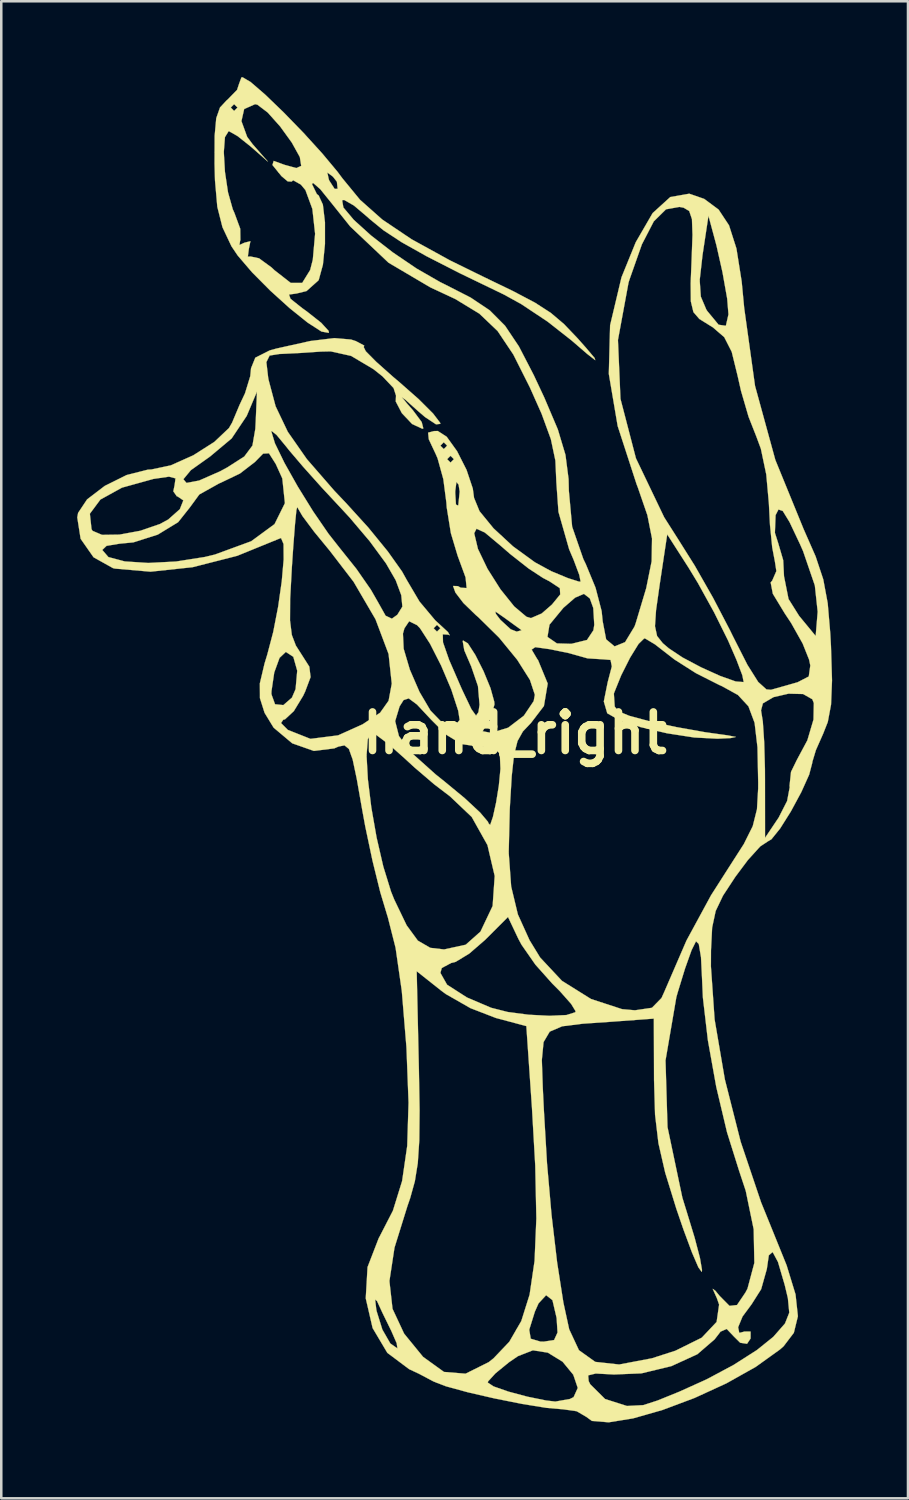
<source format=kicad_pcb>
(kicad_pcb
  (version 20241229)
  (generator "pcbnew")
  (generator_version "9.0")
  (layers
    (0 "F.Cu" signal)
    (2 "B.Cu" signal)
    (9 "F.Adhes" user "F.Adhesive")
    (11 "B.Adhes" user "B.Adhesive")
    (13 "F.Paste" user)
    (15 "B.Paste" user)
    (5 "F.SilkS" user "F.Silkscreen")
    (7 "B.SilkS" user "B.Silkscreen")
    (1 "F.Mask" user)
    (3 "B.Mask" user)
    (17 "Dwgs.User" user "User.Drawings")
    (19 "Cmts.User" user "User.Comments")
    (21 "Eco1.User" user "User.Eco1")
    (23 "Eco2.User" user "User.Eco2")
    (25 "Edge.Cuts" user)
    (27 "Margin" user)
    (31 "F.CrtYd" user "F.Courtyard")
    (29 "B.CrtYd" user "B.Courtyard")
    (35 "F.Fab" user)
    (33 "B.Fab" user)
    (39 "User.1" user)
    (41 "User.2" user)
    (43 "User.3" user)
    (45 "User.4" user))
  (footprint "hand_right"
    (layer "F.Cu")
    (at 17.303 25.934)
    (property "Reference" "hand_right" (at 0 0 0) (layer "F.SilkS") (effects (font (size 1.524 1.524) (thickness 0.3))))
    (attr through_hole)
    (fp_poly (pts (xy -10.441 -25.739) (xy -9.867 -25.243) (xy -9.14 -24.542) (xy -8.355 -23.734) (xy -7.613 -22.918) (xy -7.009 -22.194) (xy -6.818 -21.937) (xy -6.118 -21.085) (xy -5.236 -20.302) (xy -4.083 -19.526) (xy -2.569 -18.693) (xy -1.288 -18.064) (xy -0.066 -17.473) (xy 0.796 -17.019) (xy 1.425 -16.613) (xy 1.948 -16.17) (xy 2.489 -15.603) (xy 2.807 -15.244) (xy 3.156 -14.831) (xy 3.183 -14.742) (xy 2.863 -14.991) (xy 2.249 -15.521) (xy 1.298 -16.268) (xy 0.256 -16.961) (xy -0.424 -17.336) (xy -2.162 -18.176) (xy -3.485 -18.852) (xy -4.471 -19.406) (xy -5.198 -19.884) (xy -5.744 -20.33) (xy -5.811 -20.393) (xy -6.359 -20.857) (xy -6.743 -21.077) (xy -6.826 -21.069) (xy -6.776 -20.78) (xy -6.363 -20.289) (xy -5.681 -19.672) (xy -4.822 -19.005) (xy -3.881 -18.366) (xy -2.95 -17.831) (xy -2.746 -17.73) (xy -1.744 -17.218) (xy -0.989 -16.713) (xy -0.385 -16.106) (xy 0.164 -15.287) (xy 0.755 -14.145) (xy 1.168 -13.264) (xy 1.703 -12.005) (xy 2.005 -10.998) (xy 2.128 -10.042) (xy 2.139 -9.579) (xy 2.269 -8.157) (xy 2.711 -6.881) (xy 2.807 -6.684) (xy 3.194 -5.746) (xy 3.435 -4.823) (xy 3.476 -4.42) (xy 3.613 -3.704) (xy 3.948 -3.426) (xy 4.362 -3.595) (xy 4.739 -4.217) (xy 4.741 -4.225) (xy 5.544 -4.225) (xy 5.627 -3.837) (xy 5.854 -3.551) (xy 6.093 -3.348) (xy 6.637 -2.986) (xy 7.367 -2.599) (xy 8.119 -2.259) (xy 8.734 -2.04) (xy 9.05 -2.015) (xy 9.051 -2.016) (xy 8.998 -2.284) (xy 8.765 -2.898) (xy 8.434 -3.659) (xy 7.882 -4.772) (xy 7.241 -5.933) (xy 6.875 -6.535) (xy 6.028 -7.856) (xy 5.73 -5.872) (xy 5.586 -4.855) (xy 5.544 -4.225) (xy 4.741 -4.225) (xy 4.783 -4.345) (xy 5.198 -5.729) (xy 5.412 -6.789) (xy 5.427 -7.693) (xy 5.245 -8.611) (xy 4.865 -9.715) (xy 4.819 -9.833) (xy 4.069 -12.14) (xy 3.719 -14.202) (xy 3.754 -15.542) (xy 4.08 -15.542) (xy 4.18 -13.213) (xy 4.791 -10.864) (xy 5.907 -8.533) (xy 6.477 -7.636) (xy 7.117 -6.618) (xy 7.839 -5.35) (xy 8.504 -4.075) (xy 8.629 -3.82) (xy 9.198 -2.699) (xy 9.625 -2.02) (xy 9.952 -1.725) (xy 10.13 -1.71) (xy 10.734 -1.88) (xy 11.185 -2.009) (xy 11.625 -2.237) (xy 11.686 -2.671) (xy 11.639 -2.899) (xy 11.383 -3.54) (xy 10.928 -4.35) (xy 10.677 -4.728) (xy 10.204 -5.507) (xy 10.118 -5.954) (xy 10.18 -6.028) (xy 10.344 -6.404) (xy 10.286 -6.781) (xy 10.179 -7.344) (xy 10.123 -7.915) (xy 10.286 -7.915) (xy 10.417 -7.505) (xy 10.614 -6.833) (xy 10.646 -6.198) (xy 10.825 -5.3) (xy 11.243 -4.633) (xy 11.898 -3.838) (xy 11.977 -4.797) (xy 11.865 -5.836) (xy 11.4 -7.193) (xy 11.276 -7.474) (xy 10.863 -8.346) (xy 10.596 -8.781) (xy 10.427 -8.839) (xy 10.313 -8.617) (xy 10.286 -7.915) (xy 10.123 -7.915) (xy 10.091 -8.233) (xy 10.047 -9.092) (xy 9.944 -10.228) (xy 9.731 -11.241) (xy 9.553 -11.722) (xy 9.245 -12.504) (xy 8.947 -13.526) (xy 8.809 -14.135) (xy 8.578 -15.074) (xy 8.283 -15.653) (xy 7.828 -16.045) (xy 7.702 -16.121) (xy 7.298 -16.373) (xy 7.064 -16.644) (xy 6.962 -17.069) (xy 6.955 -17.784) (xy 6.96 -17.908) (xy 7.312 -17.908) (xy 7.357 -17.255) (xy 7.572 -16.748) (xy 7.61 -16.688) (xy 8.06 -16.144) (xy 8.347 -16.103) (xy 8.45 -16.552) (xy 8.399 -17.178) (xy 8.214 -18.218) (xy 7.978 -19.267) (xy 7.947 -19.384) (xy 7.659 -20.454) (xy 7.423 -18.893) (xy 7.312 -17.908) (xy 6.96 -17.908) (xy 6.99 -18.653) (xy 7.028 -19.696) (xy 7.006 -20.32) (xy 6.898 -20.64) (xy 6.679 -20.771) (xy 6.51 -20.803) (xy 5.98 -20.708) (xy 5.496 -20.23) (xy 5.026 -19.321) (xy 4.536 -17.931) (xy 4.499 -17.813) (xy 4.08 -15.542) (xy 3.754 -15.542) (xy 3.77 -16.125) (xy 4.22 -18.019) (xy 4.785 -19.408) (xy 5.452 -20.559) (xy 6.149 -21.193) (xy 6.9 -21.325) (xy 7.492 -21.119) (xy 8.059 -20.698) (xy 8.472 -20.074) (xy 8.765 -19.157) (xy 8.972 -17.854) (xy 9.072 -16.804) (xy 9.5 -13.727) (xy 10.303 -10.799) (xy 11.423 -8.059) (xy 11.897 -6.981) (xy 12.198 -6.075) (xy 12.374 -5.13) (xy 12.476 -3.933) (xy 12.503 -3.43) (xy 12.544 -2.079) (xy 12.506 -1.126) (xy 12.377 -0.439) (xy 12.196 0.02) (xy 11.907 0.673) (xy 11.767 1.137) (xy 11.764 1.174) (xy 11.641 1.643) (xy 11.329 2.336) (xy 10.918 3.098) (xy 10.494 3.772) (xy 10.147 4.202) (xy 10.015 4.278) (xy 9.705 4.483) (xy 9.219 5.019) (xy 8.722 5.684) (xy 8.233 6.43) (xy 7.944 7.035) (xy 7.804 7.691) (xy 7.759 8.588) (xy 7.756 9.227) (xy 7.902 11.325) (xy 8.307 13.694) (xy 8.933 16.161) (xy 9.739 18.554) (xy 10.131 19.518) (xy 10.749 21.045) (xy 11.102 22.197) (xy 11.195 23.058) (xy 11.035 23.713) (xy 10.628 24.248) (xy 10.485 24.374) (xy 9.526 25.062) (xy 8.366 25.713) (xy 7.104 26.292) (xy 5.842 26.765) (xy 4.679 27.097) (xy 3.715 27.253) (xy 3.05 27.198) (xy 2.828 27.037) (xy 2.446 26.814) (xy 1.923 26.74) (xy 1.256 26.682) (xy 0.293 26.526) (xy -0.801 26.308) (xy -1.86 26.064) (xy -2.719 25.829) (xy -3.105 25.68) (xy -1.069 25.68) (xy -0.836 25.834) (xy -0.256 26.037) (xy 0.494 26.238) (xy 1.235 26.389) (xy 1.604 26.433) (xy 2.181 26.33) (xy 2.327 26.257) (xy 2.491 25.894) (xy 2.323 25.397) (xy 2.903 25.397) (xy 2.922 25.623) (xy 2.985 25.749) (xy 3.572 26.332) (xy 4.436 26.607) (xy 5.08 26.574) (xy 5.643 26.392) (xy 6.508 26.041) (xy 7.5 25.593) (xy 7.62 25.536) (xy 8.646 24.988) (xy 9.575 24.395) (xy 10.216 23.879) (xy 10.24 23.854) (xy 10.685 23.345) (xy 10.854 22.918) (xy 10.799 22.344) (xy 10.675 21.824) (xy 10.407 20.912) (xy 10.196 20.52) (xy 10.045 20.651) (xy 9.967 21.19) (xy 9.742 21.99) (xy 9.365 22.585) (xy 9.006 23.07) (xy 8.831 23.495) (xy 8.877 23.719) (xy 9.091 23.662) (xy 9.325 23.665) (xy 9.324 23.94) (xy 9.184 24.148) (xy 8.913 24.107) (xy 8.662 23.858) (xy 8.38 23.561) (xy 8.137 23.667) (xy 7.901 23.974) (xy 7.22 24.561) (xy 6.194 25.031) (xy 5.009 25.317) (xy 3.924 25.362) (xy 3.202 25.324) (xy 2.903 25.397) (xy 2.323 25.397) (xy 2.316 25.374) (xy 1.891 24.857) (xy 1.31 24.5) (xy 1.304 24.498) (xy 0.717 24.406) (xy 0.127 24.636) (xy -0.227 24.878) (xy -0.764 25.317) (xy -1.053 25.633) (xy -1.069 25.68) (xy -3.105 25.68) (xy -3.208 25.64) (xy -3.786 25.334) (xy -4.176 25.152) (xy -5.038 24.506) (xy -5.62 23.526) (xy -5.881 22.397) (xy -5.521 22.397) (xy -5.477 22.773) (xy -5.461 22.859) (xy -5.235 23.586) (xy -4.919 24.137) (xy -4.639 24.331) (xy -4.669 24.125) (xy -4.887 23.626) (xy -4.903 23.595) (xy -5.228 22.931) (xy -5.446 22.459) (xy -5.521 22.397) (xy -5.881 22.397) (xy -5.892 22.35) (xy -5.852 21.668) (xy -4.956 21.668) (xy -4.833 22.766) (xy -4.374 23.748) (xy -3.625 24.665) (xy -2.798 25.261) (xy -1.945 25.33) (xy -1.03 24.874) (xy -0.841 24.724) (xy -0.216 24.068) (xy 0.059 23.592) (xy 0.572 23.592) (xy 0.632 23.948) (xy 1.011 24.06) (xy 1.149 24.063) (xy 1.555 23.999) (xy 1.691 23.703) (xy 1.655 23.127) (xy 1.49 22.422) (xy 1.24 22.227) (xy 0.94 22.551) (xy 0.795 22.877) (xy 0.572 23.592) (xy 0.059 23.592) (xy 0.258 23.249) (xy 0.587 22.205) (xy 0.783 20.873) (xy 0.854 19.194) (xy 0.81 17.105) (xy 0.68 14.817) (xy 0.55 12.926) (xy 1.071 12.926) (xy 1.108 14.019) (xy 1.152 14.918) (xy 1.275 17.009) (xy 1.455 19.057) (xy 1.676 20.936) (xy 1.923 22.519) (xy 2.152 23.575) (xy 2.538 24.402) (xy 3.182 24.863) (xy 4.128 24.967) (xy 5.421 24.722) (xy 6.35 24.423) (xy 7.393 23.907) (xy 7.981 23.284) (xy 8.08 22.598) (xy 7.994 22.351) (xy 7.826 21.974) (xy 7.93 22.049) (xy 8.103 22.258) (xy 8.491 22.649) (xy 8.787 22.615) (xy 9.12 22.123) (xy 9.202 21.968) (xy 9.473 20.952) (xy 9.447 19.621) (xy 9.133 18.1) (xy 8.869 17.303) (xy 8.393 15.786) (xy 7.968 13.995) (xy 7.636 12.147) (xy 7.439 10.46) (xy 7.404 9.689) (xy 7.364 8.864) (xy 7.276 8.342) (xy 7.166 8.234) (xy 6.992 8.583) (xy 6.734 9.306) (xy 6.442 10.257) (xy 6.389 10.444) (xy 5.961 12.943) (xy 6.04 15.581) (xy 6.627 18.371) (xy 6.803 18.941) (xy 7.112 19.953) (xy 7.323 20.758) (xy 7.404 21.233) (xy 7.392 21.305) (xy 7.26 21.125) (xy 7.006 20.535) (xy 6.671 19.632) (xy 6.388 18.807) (xy 5.948 17.382) (xy 5.681 16.218) (xy 5.547 15.085) (xy 5.508 13.752) (xy 5.507 13.733) (xy 5.499 11.291) (xy 3.886 11.41) (xy 2.684 11.493) (xy 1.873 11.595) (xy 1.382 11.806) (xy 1.139 12.219) (xy 1.071 12.926) (xy 0.55 12.926) (xy 0.458 11.587) (xy -0.748 11.265) (xy -1.75 10.878) (xy -2.723 10.322) (xy -2.915 10.18) (xy -3.795 9.482) (xy -2.941 9.482) (xy -2.676 9.951) (xy -1.89 10.455) (xy -0.936 10.862) (xy -0.279 11.029) (xy 0.545 11.137) (xy 1.373 11.18) (xy 2.042 11.15) (xy 2.389 11.041) (xy 2.406 10.999) (xy 2.23 10.711) (xy 1.782 10.205) (xy 1.481 9.903) (xy 0.816 9.157) (xy 0.268 8.37) (xy 0.144 8.139) (xy -0.267 7.272) (xy -1.176 8.181) (xy -1.8 8.721) (xy -2.338 9.047) (xy -2.513 9.091) (xy -2.885 9.289) (xy -2.941 9.482) (xy -3.795 9.482) (xy -3.877 9.418) (xy -3.79 13.307) (xy -3.763 14.914) (xy -3.775 16.106) (xy -3.834 17.002) (xy -3.95 17.722) (xy -4.134 18.384) (xy -4.24 18.691) (xy -4.755 20.346) (xy -4.956 21.668) (xy -5.852 21.668) (xy -5.821 21.117) (xy -5.376 19.965) (xy -5.357 19.935) (xy -4.817 18.884) (xy -4.454 17.713) (xy -4.252 16.323) (xy -4.199 14.614) (xy -4.28 12.487) (xy -4.285 12.397) (xy -4.467 10.193) (xy -4.712 8.491) (xy -5.023 7.265) (xy -5.039 7.219) (xy -5.317 6.294) (xy -5.625 5.046) (xy -5.913 3.683) (xy -6.032 3.033) (xy -6.246 1.817) (xy -6.409 1.045) (xy -6.466 0.887) (xy -5.86 0.887) (xy -5.808 1.826) (xy -5.671 2.946) (xy -5.462 4.135) (xy -5.198 5.278) (xy -4.893 6.265) (xy -4.767 6.579) (xy -4.275 7.602) (xy -3.832 8.207) (xy -3.341 8.492) (xy -2.796 8.556) (xy -1.938 8.369) (xy -1.356 7.851) (xy -0.875 6.838) (xy -0.793 5.65) (xy -1.009 4.731) (xy -0.239 4.731) (xy -0.142 6.067) (xy 0.123 7.171) (xy 0.585 8.191) (xy 1.003 8.875) (xy 1.866 9.797) (xy 3.016 10.516) (xy 4.243 10.917) (xy 4.752 10.962) (xy 5.424 10.863) (xy 5.803 10.475) (xy 5.915 10.227) (xy 6.791 8.201) (xy 7.762 6.412) (xy 8.451 5.334) (xy 9.057 4.389) (xy 9.41 3.68) (xy 9.577 3.013) (xy 9.624 2.195) (xy 9.625 1.958) (xy 9.597 0.565) (xy 9.483 -0.405) (xy 9.299 -0.898) (xy 9.737 -0.898) (xy 9.808 -0.456) (xy 9.863 0.37) (xy 9.892 1.426) (xy 9.894 1.827) (xy 9.896 4.144) (xy 10.435 3.342) (xy 10.769 2.686) (xy 10.872 2.139) (xy 10.864 2.089) (xy 10.923 1.535) (xy 11.146 1.078) (xy 11.569 0.288) (xy 11.812 -0.534) (xy 11.824 -1.187) (xy 11.765 -1.336) (xy 11.4 -1.543) (xy 10.825 -1.557) (xy 10.232 -1.42) (xy 9.811 -1.174) (xy 9.737 -0.898) (xy 9.299 -0.898) (xy 9.239 -1.058) (xy 8.823 -1.506) (xy 8.191 -1.855) (xy 8.082 -1.903) (xy 7.163 -2.368) (xy 6.312 -2.91) (xy 6.094 -3.08) (xy 5.543 -3.507) (xy 5.165 -3.733) (xy 5.12 -3.743) (xy 4.895 -3.524) (xy 4.56 -2.981) (xy 4.208 -2.282) (xy 3.932 -1.599) (xy 3.919 -1.557) (xy 3.952 -1.049) (xy 4.093 -0.862) (xy 4.524 -0.683) (xy 5.338 -0.463) (xy 6.388 -0.236) (xy 7.527 -0.033) (xy 8.422 0.092) (xy 8.744 0.154) (xy 8.536 0.199) (xy 8.021 0.224) (xy 7.098 0.176) (xy 6.025 0.01) (xy 4.977 -0.234) (xy 4.125 -0.516) (xy 3.657 -0.782) (xy 3.521 -1.248) (xy 3.675 -2.012) (xy 3.838 -2.635) (xy 3.787 -2.891) (xy 3.522 -2.913) (xy 2.879 -2.953) (xy 2.674 -3.011) (xy 2.135 -3.162) (xy 1.399 -3.313) (xy 1.391 -3.315) (xy 0.81 -3.396) (xy 0.668 -3.299) (xy 0.878 -2.943) (xy 0.924 -2.877) (xy 1.303 -1.957) (xy 1.153 -1.069) (xy 0.64 -0.398) (xy 0.322 -0.064) (xy 0.11 0.315) (xy -0.028 0.86) (xy -0.119 1.69) (xy -0.193 2.927) (xy -0.198 3.018) (xy -0.239 4.731) (xy -1.009 4.731) (xy -1.079 4.43) (xy -1.701 3.319) (xy -2.562 2.502) (xy -3.192 2.021) (xy -3.967 1.358) (xy -4.353 1.003) (xy -4.981 0.445) (xy -5.468 0.081) (xy -5.646 0) (xy -5.811 0.24) (xy -5.86 0.887) (xy -6.466 0.887) (xy -6.558 0.629) (xy -6.732 0.487) (xy -6.97 0.534) (xy -7.135 0.606) (xy -7.942 0.707) (xy -8.798 0.406) (xy -9.533 -0.212) (xy -9.646 -0.396) (xy -9.242 -0.396) (xy -8.973 -0.125) (xy -8.078 0.23) (xy -6.984 0.091) (xy -6.016 -0.345) (xy -5.826 -0.471) (xy -4.729 -0.471) (xy -4.579 0.121) (xy -4.061 0.798) (xy -3.129 1.634) (xy -2.785 1.909) (xy -1.984 2.571) (xy -1.374 3.138) (xy -1.059 3.51) (xy -1.038 3.567) (xy -0.973 3.634) (xy -0.863 3.315) (xy -0.738 2.75) (xy -0.63 2.083) (xy -0.569 1.455) (xy -0.566 1.404) (xy -0.591 0.815) (xy -0.832 0.578) (xy -1.439 0.535) (xy -2.104 0.435) (xy -2.709 0.066) (xy -3.305 -0.529) (xy -3.866 -1.128) (xy -4.192 -1.37) (xy -4.396 -1.304) (xy -4.554 -1.053) (xy -4.729 -0.471) (xy -5.826 -0.471) (xy -5.324 -0.804) (xy -4.988 -1.278) (xy -4.863 -1.952) (xy -4.989 -3.125) (xy -5.293 -3.933) (xy -4.421 -3.933) (xy -4.393 -3.334) (xy -4.148 -2.506) (xy -3.768 -1.63) (xy -3.333 -0.89) (xy -2.925 -0.467) (xy -2.882 -0.447) (xy -2.347 -0.307) (xy -2.179 -0.519) (xy -2.236 -0.884) (xy -2.51 -1.724) (xy -2.91 -2.666) (xy -3.349 -3.53) (xy -3.74 -4.137) (xy -3.747 -4.144) (xy -3.208 -4.144) (xy -3.075 -4.011) (xy -2.941 -4.144) (xy -3.075 -4.278) (xy -3.208 -4.144) (xy -3.747 -4.144) (xy -3.863 -4.266) (xy -4.175 -4.42) (xy -4.363 -4.14) (xy -4.421 -3.933) (xy -5.293 -3.933) (xy -5.507 -4.501) (xy -6.371 -5.979) (xy -7.31 -7.203) (xy -7.931 -7.959) (xy -8.392 -8.577) (xy -8.598 -8.93) (xy -8.6 -8.941) (xy -8.633 -8.816) (xy -8.689 -8.254) (xy -8.759 -7.354) (xy -8.813 -6.551) (xy -8.881 -5.298) (xy -8.886 -4.45) (xy -8.815 -3.879) (xy -8.655 -3.459) (xy -8.452 -3.142) (xy -8.123 -2.626) (xy -8.073 -2.213) (xy -8.287 -1.642) (xy -8.368 -1.471) (xy -8.735 -0.867) (xy -9.084 -0.543) (xy -9.153 -0.526) (xy -9.242 -0.396) (xy -9.646 -0.396) (xy -9.892 -0.8) (xy -10.076 -1.382) (xy -10.076 -1.537) (xy -9.622 -1.537) (xy -9.478 -1.139) (xy -9.15 -1.105) (xy -8.81 -1.4) (xy -8.666 -1.737) (xy -8.601 -2.466) (xy -8.756 -3.015) (xy -9.051 -3.208) (xy -9.3 -2.973) (xy -9.51 -2.394) (xy -9.618 -1.661) (xy -9.622 -1.537) (xy -10.076 -1.537) (xy -10.079 -1.963) (xy -9.892 -2.753) (xy -9.784 -3.108) (xy -9.55 -3.996) (xy -9.355 -5) (xy -9.213 -5.997) (xy -9.137 -6.864) (xy -9.142 -7.476) (xy -9.241 -7.709) (xy -9.268 -7.703) (xy -10.974 -7.008) (xy -12.737 -6.558) (xy -14.4 -6.38) (xy -15.807 -6.502) (xy -15.884 -6.52) (xy -16.654 -6.95) (xy -16.856 -7.239) (xy -16.309 -7.239) (xy -16.067 -6.958) (xy -15.42 -6.786) (xy -14.489 -6.725) (xy -13.395 -6.782) (xy -12.257 -6.961) (xy -11.855 -7.058) (xy -10.42 -7.584) (xy -9.498 -8.261) (xy -9.088 -9.089) (xy -9.191 -10.068) (xy -9.45 -10.639) (xy -9.718 -11.061) (xy -9.95 -11.048) (xy -10.275 -10.716) (xy -10.868 -10.26) (xy -11.642 -9.889) (xy -11.679 -9.876) (xy -12.472 -9.433) (xy -12.849 -8.918) (xy -13.309 -8.338) (xy -14.115 -7.846) (xy -15.077 -7.54) (xy -15.632 -7.486) (xy -16.139 -7.402) (xy -16.309 -7.239) (xy -16.856 -7.239) (xy -17.165 -7.681) (xy -17.298 -8.526) (xy -17.271 -8.672) (xy -16.8 -8.672) (xy -16.734 -8.064) (xy -16.694 -7.995) (xy -16.32 -7.836) (xy -15.629 -7.846) (xy -14.805 -7.998) (xy -14.029 -8.265) (xy -13.703 -8.442) (xy -13.243 -8.85) (xy -13.104 -9.199) (xy -13.334 -9.357) (xy -13.36 -9.358) (xy -13.5 -9.557) (xy -13.451 -9.797) (xy -13.417 -10.036) (xy -13.103 -10.036) (xy -12.979 -9.889) (xy -12.481 -9.983) (xy -11.654 -10.347) (xy -11.363 -10.505) (xy -10.694 -10.934) (xy -10.372 -11.366) (xy -10.275 -11.926) (xy -9.625 -11.926) (xy -9.483 -11.457) (xy -9.108 -10.685) (xy -8.578 -9.743) (xy -7.971 -8.763) (xy -7.363 -7.878) (xy -6.935 -7.334) (xy -6.264 -6.495) (xy -5.688 -5.666) (xy -5.414 -5.187) (xy -5.106 -4.639) (xy -4.858 -4.523) (xy -4.643 -4.676) (xy -4.444 -4.998) (xy -4.487 -5.451) (xy -4.708 -6.045) (xy -5.09 -6.707) (xy -5.735 -7.584) (xy -6.526 -8.518) (xy -6.795 -8.809) (xy -7.623 -9.698) (xy -8.375 -10.538) (xy -8.925 -11.184) (xy -9.042 -11.332) (xy -9.418 -11.787) (xy -9.616 -11.946) (xy -9.625 -11.926) (xy -10.275 -11.926) (xy -10.258 -12.025) (xy -10.243 -12.306) (xy -10.192 -13.502) (xy -10.598 -12.54) (xy -11.194 -11.649) (xy -12.045 -10.936) (xy -12.807 -10.394) (xy -13.103 -10.036) (xy -13.417 -10.036) (xy -13.413 -10.069) (xy -13.67 -10.138) (xy -14.285 -10.048) (xy -15.53 -9.703) (xy -16.384 -9.232) (xy -16.8 -8.672) (xy -17.271 -8.672) (xy -17.265 -8.705) (xy -16.909 -9.239) (xy -16.209 -9.773) (xy -15.348 -10.201) (xy -14.507 -10.414) (xy -14.368 -10.421) (xy -13.6 -10.584) (xy -12.708 -10.983) (xy -11.879 -11.511) (xy -11.301 -12.058) (xy -11.176 -12.273) (xy -10.881 -12.975) (xy -10.666 -13.432) (xy -10.458 -14.109) (xy -10.427 -14.424) (xy -10.259 -14.841) (xy -9.686 -15.13) (xy -9.425 -15.202) (xy -8.081 -15.501) (xy -7.132 -15.616) (xy -6.473 -15.559) (xy -6.283 -15.497) (xy -5.952 -15.321) (xy -5.972 -15.259) (xy -5.89 -15.095) (xy -5.474 -14.675) (xy -4.806 -14.08) (xy -4.569 -13.88) (xy -3.803 -13.206) (xy -3.231 -12.635) (xy -2.953 -12.271) (xy -2.941 -12.226) (xy -3.112 -12.206) (xy -3.545 -12.492) (xy -3.809 -12.717) (xy -4.323 -13.177) (xy -4.468 -13.284) (xy -4.271 -13.042) (xy -4.03 -12.767) (xy -3.68 -12.297) (xy -3.615 -12.045) (xy -3.655 -12.032) (xy -4.059 -12.22) (xy -4.464 -12.648) (xy -4.706 -13.111) (xy -4.695 -13.343) (xy -4.792 -13.642) (xy -5.229 -14.103) (xy -5.589 -14.389) (xy -6.469 -14.912) (xy -7.276 -15.091) (xy -7.671 -15.082) (xy -8.523 -15.025) (xy -9.245 -14.99) (xy -9.303 -14.988) (xy -9.694 -14.926) (xy -9.821 -14.666) (xy -9.75 -14.055) (xy -9.735 -13.97) (xy -9.456 -12.92) (xy -8.974 -11.91) (xy -8.222 -10.833) (xy -7.133 -9.581) (xy -6.668 -9.091) (xy -5.794 -8.129) (xy -5.02 -7.181) (xy -4.456 -6.387) (xy -4.267 -6.047) (xy -3.767 -5.2) (xy -3.142 -4.454) (xy -3.035 -4.357) (xy -2.64 -3.992) (xy -2.571 -3.865) (xy -2.635 -3.891) (xy -2.846 -3.904) (xy -2.837 -3.586) (xy -2.596 -2.894) (xy -2.112 -1.781) (xy -2.05 -1.647) (xy -1.716 -0.947) (xy -1.531 -0.688) (xy -1.437 -0.823) (xy -1.392 -1.119) (xy -1.455 -1.857) (xy -1.728 -2.654) (xy -1.742 -2.681) (xy -1.996 -3.273) (xy -2.058 -3.635) (xy -2.044 -3.66) (xy -1.854 -3.546) (xy -1.559 -3.088) (xy -1.234 -2.444) (xy -0.959 -1.775) (xy -0.81 -1.237) (xy -0.802 -1.134) (xy -0.968 -0.538) (xy -1.123 -0.321) (xy -1.27 -0.071) (xy -0.943 -0.009) (xy -0.922 -0.009) (xy -0.261 -0.212) (xy 0.36 -0.686) (xy 0.748 -1.262) (xy 0.795 -1.513) (xy 0.6 -2.102) (xy 0.095 -2.9) (xy -0.619 -3.772) (xy -0.648 -3.801) (xy 1.293 -3.801) (xy 1.667 -3.544) (xy 2.24 -3.528) (xy 2.855 -3.68) (xy 3.109 -4.062) (xy 3.144 -4.278) (xy 3.104 -4.946) (xy 2.967 -5.325) (xy 2.736 -5.503) (xy 2.387 -5.354) (xy 1.92 -4.948) (xy 1.373 -4.284) (xy 1.293 -3.801) (xy -0.648 -3.801) (xy -1.444 -4.584) (xy -1.543 -4.669) (xy -1.684 -4.806) (xy -0.765 -4.806) (xy -0.747 -4.712) (xy -0.569 -4.478) (xy -0.161 -4.103) (xy 0.077 -4.011) (xy 0.266 -4.063) (xy 0.245 -4.086) (xy -0.033 -4.286) (xy -0.401 -4.554) (xy -0.765 -4.806) (xy -1.684 -4.806) (xy -2.03 -5.141) (xy -2.348 -5.558) (xy -2.44 -5.816) (xy -2.247 -5.809) (xy -2.139 -5.748) (xy -1.903 -5.733) (xy -1.945 -6.155) (xy -2.259 -7.012) (xy -2.525 -7.901) (xy -1.604 -7.901) (xy -1.456 -7.28) (xy -1.077 -6.492) (xy -0.566 -5.685) (xy -0.02 -5.005) (xy 0.461 -4.599) (xy 0.641 -4.545) (xy 1.066 -4.728) (xy 1.472 -5.082) (xy 1.797 -5.479) (xy 1.783 -5.729) (xy 1.373 -5.999) (xy 1.113 -6.135) (xy 0.547 -6.506) (xy -0.184 -7.081) (xy -0.558 -7.406) (xy -1.183 -7.928) (xy -1.512 -8.079) (xy -1.604 -7.901) (xy -2.525 -7.901) (xy -2.526 -7.904) (xy -2.69 -8.922) (xy -2.704 -9.117) (xy -2.753 -9.492) (xy -2.354 -9.492) (xy -2.325 -9.035) (xy -2.242 -8.995) (xy -2.231 -9.019) (xy -2.178 -9.549) (xy -2.221 -9.821) (xy -2.306 -9.93) (xy -2.352 -9.575) (xy -2.354 -9.492) (xy -2.753 -9.492) (xy -2.824 -10.038) (xy -3.042 -10.828) (xy -2.674 -10.828) (xy -2.54 -10.695) (xy -2.406 -10.828) (xy -2.54 -10.962) (xy -2.674 -10.828) (xy -3.042 -10.828) (xy -3.05 -10.858) (xy -3.118 -11.016) (xy -3.281 -11.363) (xy -2.941 -11.363) (xy -2.807 -11.229) (xy -2.674 -11.363) (xy -2.807 -11.497) (xy -2.941 -11.363) (xy -3.281 -11.363) (xy -3.399 -11.615) (xy -3.426 -11.877) (xy -3.188 -11.941) (xy -3.042 -11.942) (xy -2.691 -11.715) (xy -2.281 -11.145) (xy -1.906 -10.405) (xy -1.659 -9.666) (xy -1.61 -9.3) (xy -1.394 -8.773) (xy -0.839 -8.094) (xy -0.069 -7.382) (xy 0.795 -6.753) (xy 1.437 -6.402) (xy 2.107 -6.124) (xy 2.535 -5.989) (xy 2.604 -5.99) (xy 2.55 -6.256) (xy 2.328 -6.848) (xy 2.15 -7.266) (xy 1.728 -8.745) (xy 1.645 -9.915) (xy 1.607 -10.772) (xy 1.428 -11.62) (xy 1.061 -12.625) (xy 0.599 -13.663) (xy -0.056 -14.966) (xy -0.678 -15.895) (xy -1.399 -16.582) (xy -2.351 -17.161) (xy -3.342 -17.624) (xy -4.991 -18.597) (xy -6.507 -20.031) (xy -7.252 -20.962) (xy -7.689 -21.503) (xy -7.968 -21.747) (xy -8.021 -21.713) (xy -7.825 -21.31) (xy -7.754 -21.256) (xy -7.587 -20.894) (xy -7.504 -20.193) (xy -7.504 -19.339) (xy -7.585 -18.52) (xy -7.748 -17.925) (xy -7.763 -17.896) (xy -8.234 -17.476) (xy -8.629 -17.379) (xy -8.927 -17.338) (xy -8.866 -17.169) (xy -8.404 -16.801) (xy -8.217 -16.667) (xy -7.653 -16.221) (xy -7.359 -15.9) (xy -7.35 -15.822) (xy -7.642 -15.875) (xy -8.194 -16.232) (xy -8.903 -16.802) (xy -9.668 -17.494) (xy -10.386 -18.217) (xy -10.955 -18.882) (xy -11.201 -19.246) (xy -11.557 -20) (xy -11.761 -20.807) (xy -11.853 -21.86) (xy -11.87 -22.513) (xy -11.868 -22.971) (xy -11.504 -22.971) (xy -11.459 -22.189) (xy -11.338 -21.38) (xy -11.15 -20.711) (xy -11.085 -20.566) (xy -10.854 -19.939) (xy -10.848 -19.49) (xy -10.859 -19.469) (xy -10.885 -19.297) (xy -10.691 -19.387) (xy -10.452 -19.447) (xy -10.513 -19.147) (xy -10.554 -18.838) (xy -10.442 -18.841) (xy -10.111 -18.771) (xy -9.611 -18.405) (xy -9.501 -18.3) (xy -8.861 -17.801) (xy -8.403 -17.801) (xy -8.09 -18.307) (xy -7.985 -18.715) (xy -7.894 -19.74) (xy -8.002 -20.723) (xy -8.277 -21.47) (xy -8.456 -21.685) (xy -8.761 -21.856) (xy -8.823 -21.804) (xy -8.976 -21.812) (xy -9.224 -22.02) (xy -9.341 -22.164) (xy -7.411 -22.164) (xy -7.354 -21.897) (xy -7.335 -21.846) (xy -7.124 -21.518) (xy -7.003 -21.516) (xy -7.033 -21.799) (xy -7.186 -21.996) (xy -7.411 -22.164) (xy -9.341 -22.164) (xy -9.581 -22.461) (xy -9.531 -22.623) (xy -9.107 -22.468) (xy -8.639 -22.339) (xy -8.443 -22.425) (xy -8.498 -22.774) (xy -8.815 -23.346) (xy -9.277 -23.985) (xy -9.769 -24.536) (xy -10.175 -24.844) (xy -10.267 -24.865) (xy -10.699 -24.673) (xy -10.807 -24.195) (xy -10.581 -23.574) (xy -10.368 -23.286) (xy -9.759 -22.593) (xy -10.445 -23.194) (xy -10.958 -23.602) (xy -11.295 -23.794) (xy -11.314 -23.796) (xy -11.459 -23.562) (xy -11.504 -22.971) (xy -11.868 -22.971) (xy -11.866 -23.613) (xy -11.803 -24.31) (xy -11.655 -24.732) (xy -11.229 -24.732) (xy -11.096 -24.598) (xy -10.962 -24.732) (xy -11.096 -24.865) (xy -11.229 -24.732) (xy -11.655 -24.732) (xy -11.654 -24.734) (xy -11.392 -25.016) (xy -11.363 -25.038) (xy -10.98 -25.43) (xy -10.895 -25.686) (xy -10.807 -25.923) (xy -10.762 -25.929) (xy -10.441 -25.739)) (stroke (width 0.01) (type solid)) (fill yes) (layer "F.SilkS")))
  (gr_rect
    (start -3 -3)
    (end 32.851 56.192)
    (stroke (width 0.1) (type default))
    (fill no)
    (layer "Edge.Cuts")))
</source>
